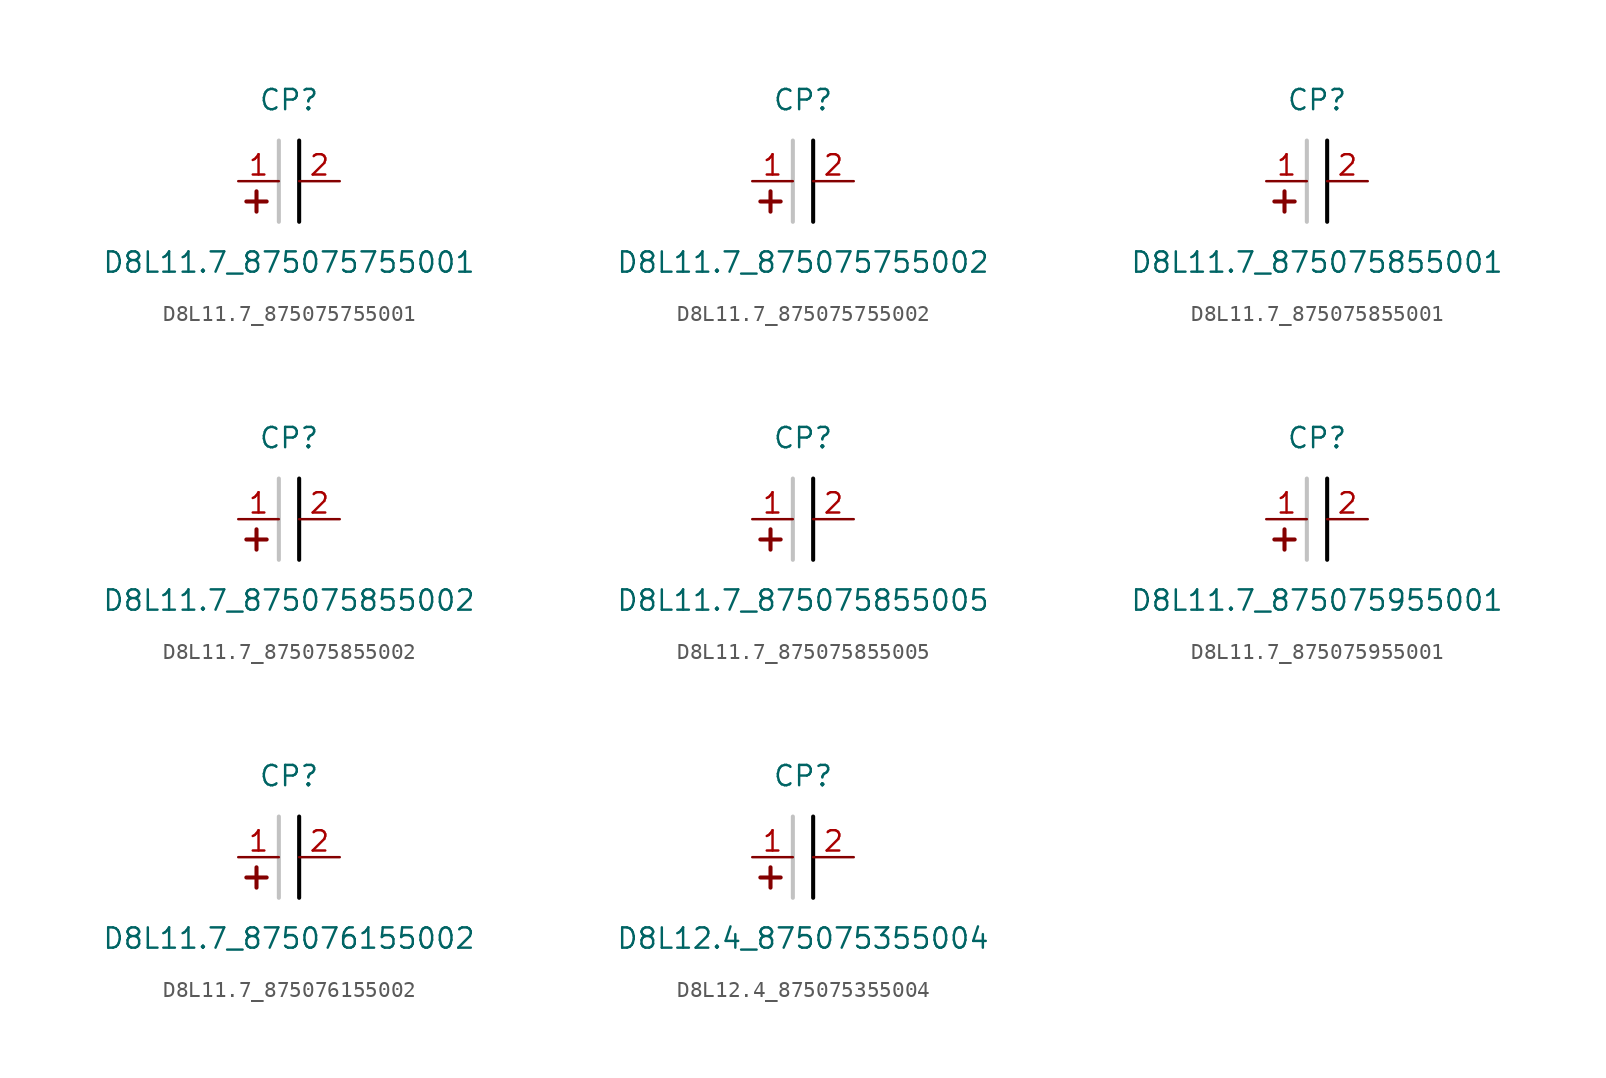
<source format=kicad_sym>
(kicad_symbol_lib
  (version 20220914)
  (generator kicad_symbol_editor)
  (symbol "D8L11.7_875075755001"
    (pin_names hide)
    (property "Reference" "CP"
      (at 0 5.08 0)
      (effects (font (size 1.27 1.27))))
    (property "Value" "D8L11.7_875075755001"
      (at 0 -5.08 0)
      (effects (font (size 1.27 1.27))))
    (symbol "D8L11.7_875075755001_1_1"
      (polyline (pts (xy -2.667 -1.27) (xy -1.397 -1.27)) (stroke (width 0.254) (type default)) (fill (type none)))
      (polyline (pts (xy -2.032 -0.635) (xy -2.032 -1.905)) (stroke (width 0.254) (type default)) (fill (type none)))
      (polyline (pts (xy -0.635 2.54) (xy -0.635 -2.54)) (stroke (width 0.254) (type default) (color 194 194 194 1)) (fill (type none)))
      (polyline (pts (xy 0.635 2.54) (xy 0.635 -2.54)) (stroke (width 0.254) (type default) (color 0 0 0 1)) (fill (type none)))
      (pin passive line (at -3.175 0 0) (length 2.54) (name "1" (effects (font (size 1.27 1.27)))) (number "1" (effects (font (size 1.27 1.27)))))
      (pin passive line (at 3.175 0 180) (length 2.54) (name "2" (effects (font (size 1.27 1.27)))) (number "2" (effects (font (size 1.27 1.27)))))))
  (symbol "D8L11.7_875075755002"
    (pin_names hide)
    (property "Reference" "CP"
      (at 0 5.08 0)
      (effects (font (size 1.27 1.27))))
    (property "Value" "D8L11.7_875075755002"
      (at 0 -5.08 0)
      (effects (font (size 1.27 1.27))))
    (symbol "D8L11.7_875075755002_1_1"
      (polyline (pts (xy -2.667 -1.27) (xy -1.397 -1.27)) (stroke (width 0.254) (type default)) (fill (type none)))
      (polyline (pts (xy -2.032 -0.635) (xy -2.032 -1.905)) (stroke (width 0.254) (type default)) (fill (type none)))
      (polyline (pts (xy -0.635 2.54) (xy -0.635 -2.54)) (stroke (width 0.254) (type default) (color 194 194 194 1)) (fill (type none)))
      (polyline (pts (xy 0.635 2.54) (xy 0.635 -2.54)) (stroke (width 0.254) (type default) (color 0 0 0 1)) (fill (type none)))
      (pin passive line (at -3.175 0 0) (length 2.54) (name "1" (effects (font (size 1.27 1.27)))) (number "1" (effects (font (size 1.27 1.27)))))
      (pin passive line (at 3.175 0 180) (length 2.54) (name "2" (effects (font (size 1.27 1.27)))) (number "2" (effects (font (size 1.27 1.27)))))))
  (symbol "D8L11.7_875075855001"
    (pin_names hide)
    (property "Reference" "CP"
      (at 0 5.08 0)
      (effects (font (size 1.27 1.27))))
    (property "Value" "D8L11.7_875075855001"
      (at 0 -5.08 0)
      (effects (font (size 1.27 1.27))))
    (symbol "D8L11.7_875075855001_1_1"
      (polyline (pts (xy -2.667 -1.27) (xy -1.397 -1.27)) (stroke (width 0.254) (type default)) (fill (type none)))
      (polyline (pts (xy -2.032 -0.635) (xy -2.032 -1.905)) (stroke (width 0.254) (type default)) (fill (type none)))
      (polyline (pts (xy -0.635 2.54) (xy -0.635 -2.54)) (stroke (width 0.254) (type default) (color 194 194 194 1)) (fill (type none)))
      (polyline (pts (xy 0.635 2.54) (xy 0.635 -2.54)) (stroke (width 0.254) (type default) (color 0 0 0 1)) (fill (type none)))
      (pin passive line (at -3.175 0 0) (length 2.54) (name "1" (effects (font (size 1.27 1.27)))) (number "1" (effects (font (size 1.27 1.27)))))
      (pin passive line (at 3.175 0 180) (length 2.54) (name "2" (effects (font (size 1.27 1.27)))) (number "2" (effects (font (size 1.27 1.27)))))))
  (symbol "D8L11.7_875075855002"
    (pin_names hide)
    (property "Reference" "CP"
      (at 0 5.08 0)
      (effects (font (size 1.27 1.27))))
    (property "Value" "D8L11.7_875075855002"
      (at 0 -5.08 0)
      (effects (font (size 1.27 1.27))))
    (symbol "D8L11.7_875075855002_1_1"
      (polyline (pts (xy -2.667 -1.27) (xy -1.397 -1.27)) (stroke (width 0.254) (type default)) (fill (type none)))
      (polyline (pts (xy -2.032 -0.635) (xy -2.032 -1.905)) (stroke (width 0.254) (type default)) (fill (type none)))
      (polyline (pts (xy -0.635 2.54) (xy -0.635 -2.54)) (stroke (width 0.254) (type default) (color 194 194 194 1)) (fill (type none)))
      (polyline (pts (xy 0.635 2.54) (xy 0.635 -2.54)) (stroke (width 0.254) (type default) (color 0 0 0 1)) (fill (type none)))
      (pin passive line (at -3.175 0 0) (length 2.54) (name "1" (effects (font (size 1.27 1.27)))) (number "1" (effects (font (size 1.27 1.27)))))
      (pin passive line (at 3.175 0 180) (length 2.54) (name "2" (effects (font (size 1.27 1.27)))) (number "2" (effects (font (size 1.27 1.27)))))))
  (symbol "D8L11.7_875075855005"
    (pin_names hide)
    (property "Reference" "CP"
      (at 0 5.08 0)
      (effects (font (size 1.27 1.27))))
    (property "Value" "D8L11.7_875075855005"
      (at 0 -5.08 0)
      (effects (font (size 1.27 1.27))))
    (symbol "D8L11.7_875075855005_1_1"
      (polyline (pts (xy -2.667 -1.27) (xy -1.397 -1.27)) (stroke (width 0.254) (type default)) (fill (type none)))
      (polyline (pts (xy -2.032 -0.635) (xy -2.032 -1.905)) (stroke (width 0.254) (type default)) (fill (type none)))
      (polyline (pts (xy -0.635 2.54) (xy -0.635 -2.54)) (stroke (width 0.254) (type default) (color 194 194 194 1)) (fill (type none)))
      (polyline (pts (xy 0.635 2.54) (xy 0.635 -2.54)) (stroke (width 0.254) (type default) (color 0 0 0 1)) (fill (type none)))
      (pin passive line (at -3.175 0 0) (length 2.54) (name "1" (effects (font (size 1.27 1.27)))) (number "1" (effects (font (size 1.27 1.27)))))
      (pin passive line (at 3.175 0 180) (length 2.54) (name "2" (effects (font (size 1.27 1.27)))) (number "2" (effects (font (size 1.27 1.27)))))))
  (symbol "D8L11.7_875075955001"
    (pin_names hide)
    (property "Reference" "CP"
      (at 0 5.08 0)
      (effects (font (size 1.27 1.27))))
    (property "Value" "D8L11.7_875075955001"
      (at 0 -5.08 0)
      (effects (font (size 1.27 1.27))))
    (symbol "D8L11.7_875075955001_1_1"
      (polyline (pts (xy -2.667 -1.27) (xy -1.397 -1.27)) (stroke (width 0.254) (type default)) (fill (type none)))
      (polyline (pts (xy -2.032 -0.635) (xy -2.032 -1.905)) (stroke (width 0.254) (type default)) (fill (type none)))
      (polyline (pts (xy -0.635 2.54) (xy -0.635 -2.54)) (stroke (width 0.254) (type default) (color 194 194 194 1)) (fill (type none)))
      (polyline (pts (xy 0.635 2.54) (xy 0.635 -2.54)) (stroke (width 0.254) (type default) (color 0 0 0 1)) (fill (type none)))
      (pin passive line (at -3.175 0 0) (length 2.54) (name "1" (effects (font (size 1.27 1.27)))) (number "1" (effects (font (size 1.27 1.27)))))
      (pin passive line (at 3.175 0 180) (length 2.54) (name "2" (effects (font (size 1.27 1.27)))) (number "2" (effects (font (size 1.27 1.27)))))))
  (symbol "D8L11.7_875076155002"
    (pin_names hide)
    (property "Reference" "CP"
      (at 0 5.08 0)
      (effects (font (size 1.27 1.27))))
    (property "Value" "D8L11.7_875076155002"
      (at 0 -5.08 0)
      (effects (font (size 1.27 1.27))))
    (symbol "D8L11.7_875076155002_1_1"
      (polyline (pts (xy -2.667 -1.27) (xy -1.397 -1.27)) (stroke (width 0.254) (type default)) (fill (type none)))
      (polyline (pts (xy -2.032 -0.635) (xy -2.032 -1.905)) (stroke (width 0.254) (type default)) (fill (type none)))
      (polyline (pts (xy -0.635 2.54) (xy -0.635 -2.54)) (stroke (width 0.254) (type default) (color 194 194 194 1)) (fill (type none)))
      (polyline (pts (xy 0.635 2.54) (xy 0.635 -2.54)) (stroke (width 0.254) (type default) (color 0 0 0 1)) (fill (type none)))
      (pin passive line (at -3.175 0 0) (length 2.54) (name "1" (effects (font (size 1.27 1.27)))) (number "1" (effects (font (size 1.27 1.27)))))
      (pin passive line (at 3.175 0 180) (length 2.54) (name "2" (effects (font (size 1.27 1.27)))) (number "2" (effects (font (size 1.27 1.27)))))))
  (symbol "D8L12.4_875075355004"
    (pin_names hide)
    (property "Reference" "CP"
      (at 0 5.08 0)
      (effects (font (size 1.27 1.27))))
    (property "Value" "D8L12.4_875075355004"
      (at 0 -5.08 0)
      (effects (font (size 1.27 1.27))))
    (symbol "D8L12.4_875075355004_1_1"
      (polyline (pts (xy -2.667 -1.27) (xy -1.397 -1.27)) (stroke (width 0.254) (type default)) (fill (type none)))
      (polyline (pts (xy -2.032 -0.635) (xy -2.032 -1.905)) (stroke (width 0.254) (type default)) (fill (type none)))
      (polyline (pts (xy -0.635 2.54) (xy -0.635 -2.54)) (stroke (width 0.254) (type default) (color 194 194 194 1)) (fill (type none)))
      (polyline (pts (xy 0.635 2.54) (xy 0.635 -2.54)) (stroke (width 0.254) (type default) (color 0 0 0 1)) (fill (type none)))
      (pin passive line (at -3.175 0 0) (length 2.54) (name "1" (effects (font (size 1.27 1.27)))) (number "1" (effects (font (size 1.27 1.27)))))
      (pin passive line (at 3.175 0 180) (length 2.54) (name "2" (effects (font (size 1.27 1.27)))) (number "2" (effects (font (size 1.27 1.27))))))))
</source>
